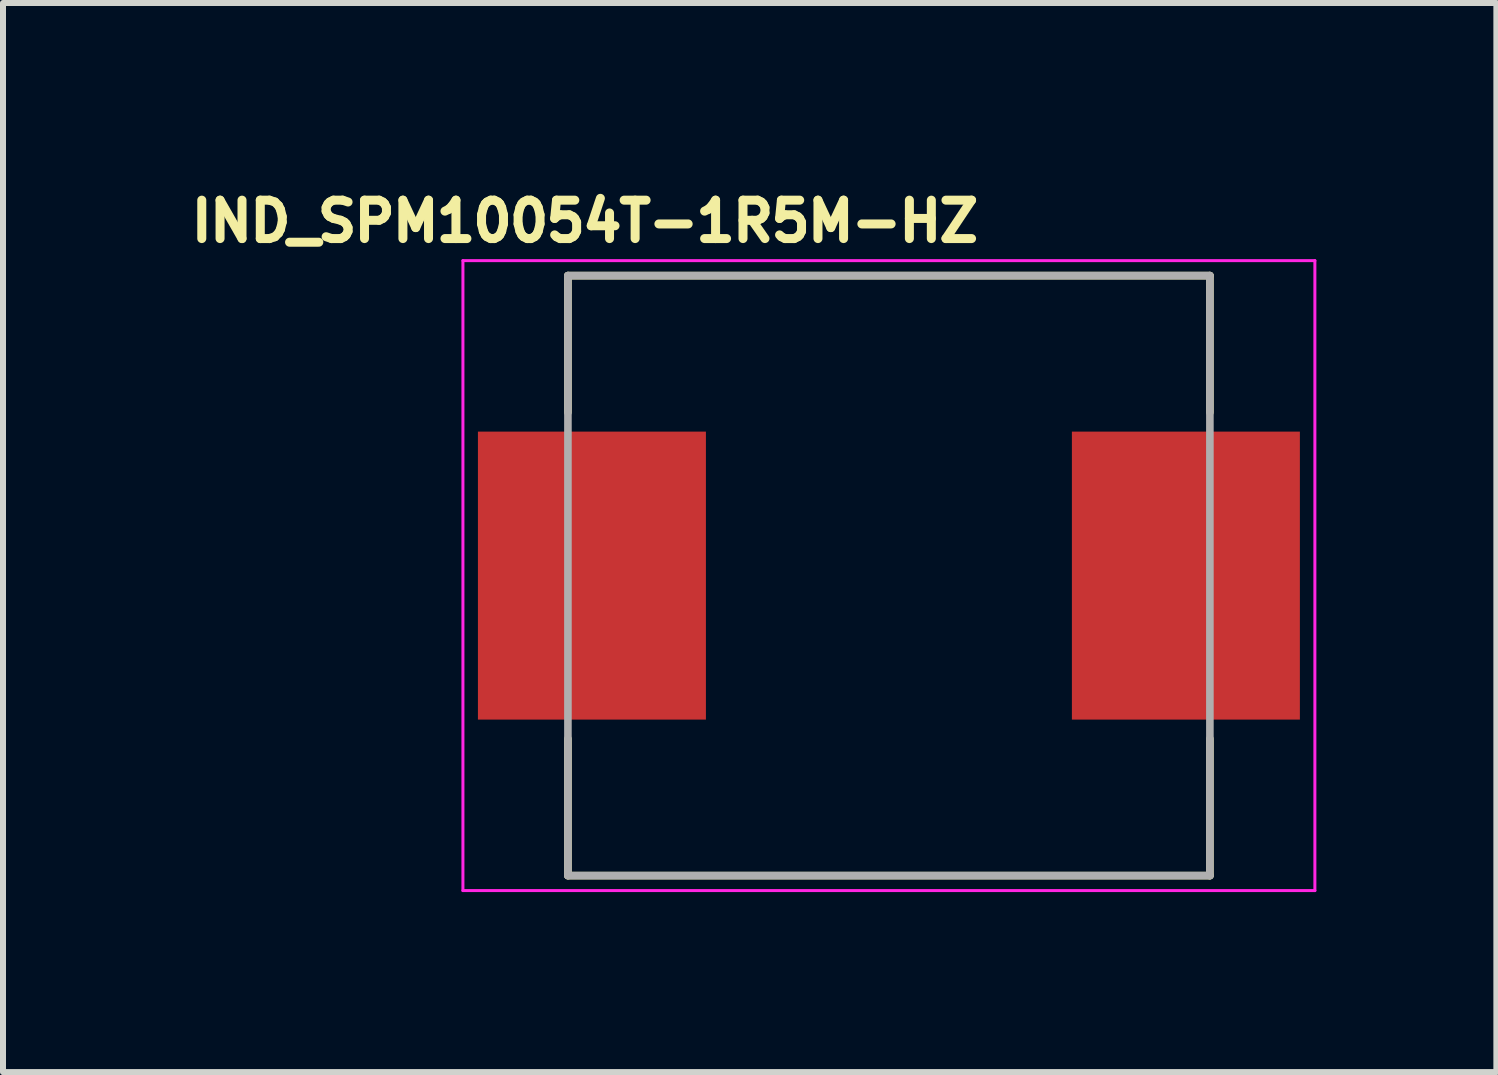
<source format=kicad_pcb>
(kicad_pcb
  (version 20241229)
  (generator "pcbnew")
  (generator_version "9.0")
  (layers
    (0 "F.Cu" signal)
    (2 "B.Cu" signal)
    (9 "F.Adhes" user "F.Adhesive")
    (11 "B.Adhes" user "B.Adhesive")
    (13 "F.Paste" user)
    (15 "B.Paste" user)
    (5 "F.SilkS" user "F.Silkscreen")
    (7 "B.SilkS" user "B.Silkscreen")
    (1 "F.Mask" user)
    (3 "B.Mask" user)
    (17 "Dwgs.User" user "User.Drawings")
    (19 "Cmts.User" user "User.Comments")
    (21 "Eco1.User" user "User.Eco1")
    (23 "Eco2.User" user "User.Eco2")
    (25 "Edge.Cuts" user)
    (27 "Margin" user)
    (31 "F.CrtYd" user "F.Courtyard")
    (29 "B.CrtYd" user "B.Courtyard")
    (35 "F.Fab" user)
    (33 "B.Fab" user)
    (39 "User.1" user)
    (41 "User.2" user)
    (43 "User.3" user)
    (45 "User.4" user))
  (footprint "IND_SPM10054T-1R5M-HZ"
    (layer "F.Cu")
    (at 11.766 6.544)
    (property "Reference" "IND_SPM10054T-1R5M-HZ" (at -5.068 -5.906 0) (layer "F.SilkS") (effects (font (size 0.64 0.64) (thickness 0.15))))
    (attr smd)
    (fp_line (start -5.35 -5) (end -5.35 -2.72) (stroke (width 0.127) (type solid)) (layer "F.SilkS"))
    (fp_line (start -5.35 -5) (end 5.35 -5) (stroke (width 0.127) (type solid)) (layer "F.SilkS"))
    (fp_line (start -5.35 5) (end -5.35 2.72) (stroke (width 0.127) (type solid)) (layer "F.SilkS"))
    (fp_line (start -5.35 5) (end 5.35 5) (stroke (width 0.127) (type solid)) (layer "F.SilkS"))
    (fp_line (start 5.35 -5) (end 5.35 -2.72) (stroke (width 0.127) (type solid)) (layer "F.SilkS"))
    (fp_line (start 5.35 5) (end 5.35 2.72) (stroke (width 0.127) (type solid)) (layer "F.SilkS"))
    (fp_line (start -7.1 -5.25) (end -7.1 5.25) (stroke (width 0.05) (type solid)) (layer "F.CrtYd"))
    (fp_line (start -7.1 5.25) (end 7.1 5.25) (stroke (width 0.05) (type solid)) (layer "F.CrtYd"))
    (fp_line (start 7.1 -5.25) (end -7.1 -5.25) (stroke (width 0.05) (type solid)) (layer "F.CrtYd"))
    (fp_line (start 7.1 5.25) (end 7.1 -5.25) (stroke (width 0.05) (type solid)) (layer "F.CrtYd"))
    (fp_line (start -5.35 -5) (end -5.35 5) (stroke (width 0.127) (type solid)) (layer "F.Fab"))
    (fp_line (start -5.35 -5) (end 5.35 -5) (stroke (width 0.127) (type solid)) (layer "F.Fab"))
    (fp_line (start -5.35 5) (end 5.35 5) (stroke (width 0.127) (type solid)) (layer "F.Fab"))
    (fp_line (start 5.35 -5) (end 5.35 5) (stroke (width 0.127) (type solid)) (layer "F.Fab"))
    (pad "1" smd rect (at -4.95 0) (size 3.8 4.8) (layers "F.Cu" "F.Mask" "F.Paste"))
    (pad "2" smd rect (at 4.95 0) (size 3.8 4.8) (layers "F.Cu" "F.Mask" "F.Paste")))
  (gr_rect
    (start -3 -3)
    (end 21.891 14.819)
    (stroke (width 0.1) (type default))
    (fill no)
    (layer "Edge.Cuts")))
</source>
